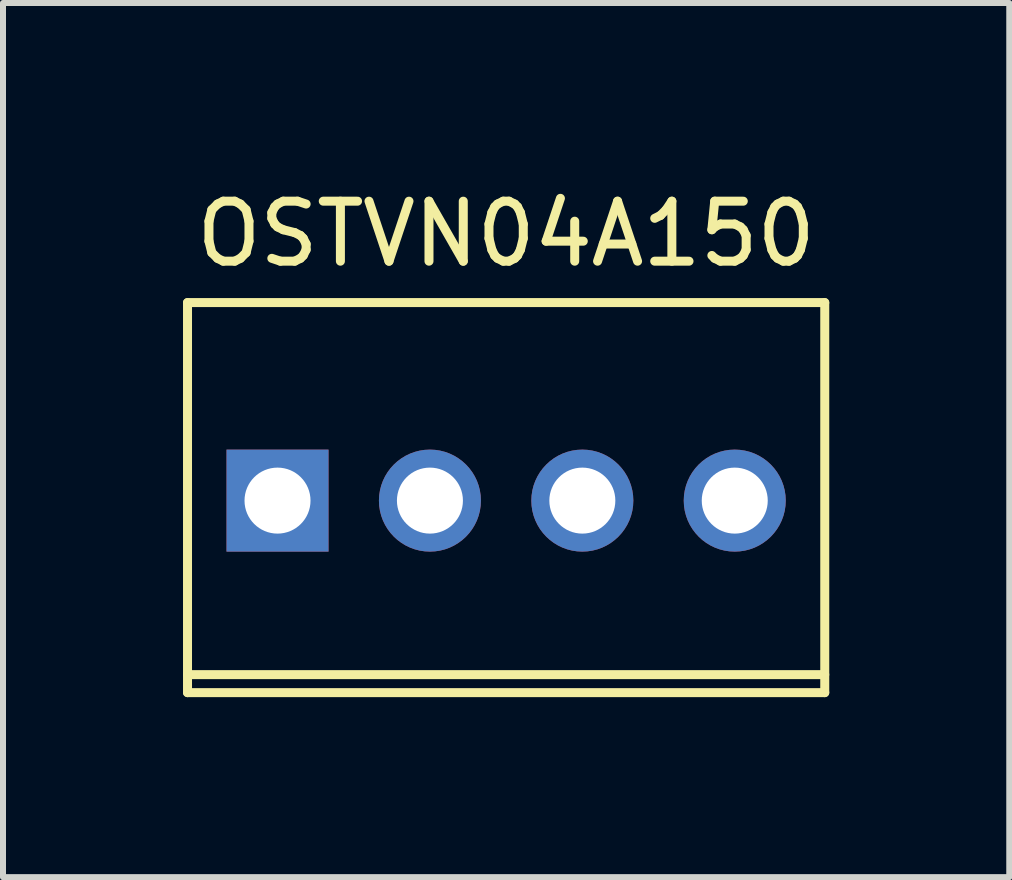
<source format=kicad_pcb>
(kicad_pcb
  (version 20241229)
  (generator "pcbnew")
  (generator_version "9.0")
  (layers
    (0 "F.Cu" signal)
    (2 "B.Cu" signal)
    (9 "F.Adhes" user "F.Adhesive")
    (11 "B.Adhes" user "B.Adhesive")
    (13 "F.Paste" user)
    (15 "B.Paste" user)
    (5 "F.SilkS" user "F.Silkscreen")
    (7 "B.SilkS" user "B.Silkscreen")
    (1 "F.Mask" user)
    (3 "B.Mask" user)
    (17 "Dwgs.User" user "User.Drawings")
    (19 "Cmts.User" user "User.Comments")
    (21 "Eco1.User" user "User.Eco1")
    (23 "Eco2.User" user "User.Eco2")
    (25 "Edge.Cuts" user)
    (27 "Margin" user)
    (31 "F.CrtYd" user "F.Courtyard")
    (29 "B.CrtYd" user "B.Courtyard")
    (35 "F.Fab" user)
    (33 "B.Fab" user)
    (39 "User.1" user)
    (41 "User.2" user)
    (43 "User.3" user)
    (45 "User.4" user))
  (footprint "OSTVN04A150"
    (layer "F.Cu")
    (at 1.575 5.293)
    (property "Reference" "OSTVN04A150" (at 3.81 -4.445 0) (layer "F.SilkS") (effects (font (size 1 1) (thickness 0.15))))
    (attr through_hole)
    (fp_line (start -1.5 -3.3) (end -1.5 3.2) (stroke (width 0.15) (type solid)) (layer "F.SilkS"))
    (fp_line (start -1.5 -3.3) (end 9.12 -3.3) (stroke (width 0.15) (type solid)) (layer "F.SilkS"))
    (fp_line (start -1.5 2.9) (end 9.12 2.9) (stroke (width 0.15) (type solid)) (layer "F.SilkS"))
    (fp_line (start -1.5 3.2) (end 9.12 3.2) (stroke (width 0.15) (type solid)) (layer "F.SilkS"))
    (fp_line (start 9.12 -3.3) (end 9.12 3.2) (stroke (width 0.15) (type solid)) (layer "F.SilkS"))
    (pad "1" thru_hole rect (at 0 0) (size 1.7 1.7) (drill 1.1) (layers "*.Cu" "*.Mask"))
    (pad "2" thru_hole circle (at 2.54 0) (size 1.7 1.7) (drill 1.1) (layers "*.Cu" "*.Mask"))
    (pad "3" thru_hole circle (at 5.08 0) (size 1.7 1.7) (drill 1.1) (layers "*.Cu" "*.Mask"))
    (pad "4" thru_hole circle (at 7.62 0) (size 1.7 1.7) (drill 1.1) (layers "*.Cu" "*.Mask")))
  (gr_rect
    (start -3 -3)
    (end 13.77 11.568)
    (stroke (width 0.1) (type default))
    (fill no)
    (layer "Edge.Cuts")))
</source>
